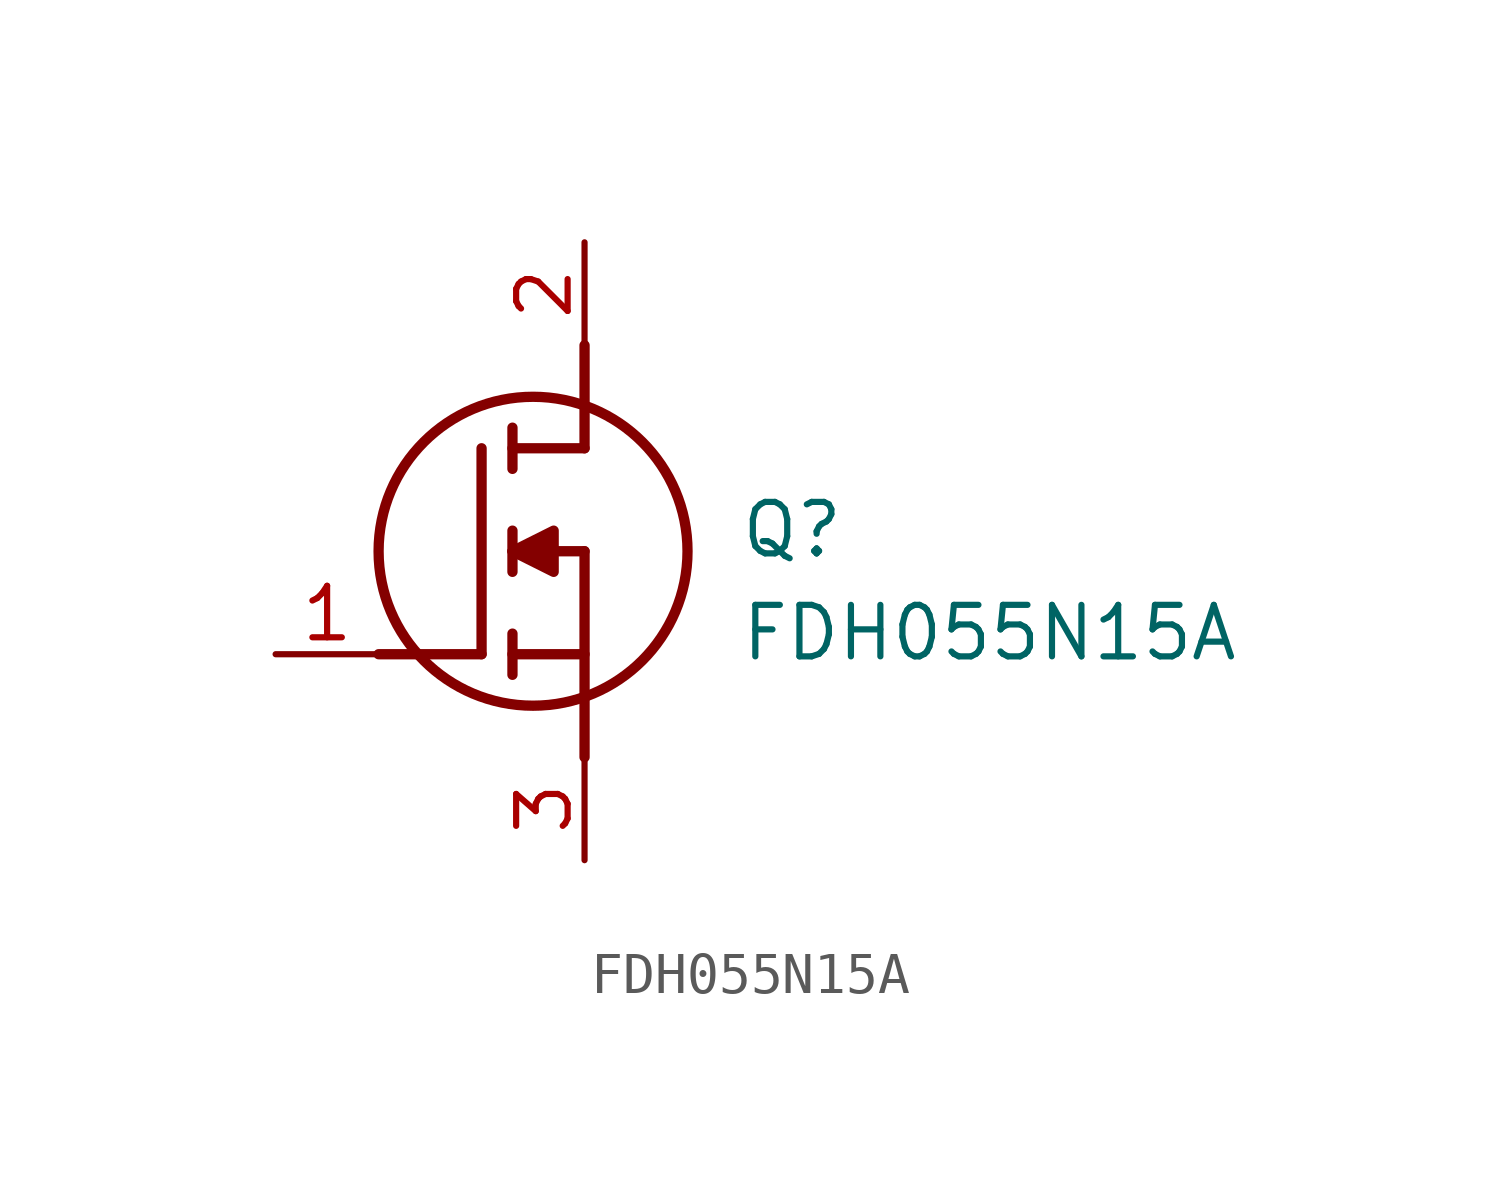
<source format=kicad_sym>
(kicad_symbol_lib
  (version 20211014)
  (generator SamacSys_ECAD_Model)
  (symbol "FDH055N15A"
    (pin_names hide)
    (property "Reference" "Q"
      (at 11.43 3.81 0)
      (effects (font (size 1.27 1.27)) (justify left top)))
    (property "Value" "FDH055N15A"
      (at 11.43 1.27 0)
      (effects (font (size 1.27 1.27)) (justify left top)))
    (polyline
      (pts (xy 7.62 2.54) (xy 7.62 -2.54))
      (stroke (width 0.254) (type default))
      (fill (type none)))
    (polyline
      (pts (xy 7.62 5.08) (xy 7.62 7.62))
      (stroke (width 0.254) (type default))
      (fill (type none)))
    (polyline
      (pts (xy 2.54 0) (xy 5.08 0))
      (stroke (width 0.254) (type default))
      (fill (type none)))
    (polyline
      (pts (xy 5.08 5.08) (xy 5.08 0))
      (stroke (width 0.254) (type default))
      (fill (type none)))
    (polyline
      (pts (xy 7.62 2.54) (xy 5.842 2.54))
      (stroke (width 0.254) (type default))
      (fill (type none)))
    (polyline
      (pts (xy 7.62 5.08) (xy 5.842 5.08))
      (stroke (width 0.254) (type default))
      (fill (type none)))
    (polyline
      (pts (xy 5.842 0) (xy 7.62 0))
      (stroke (width 0.254) (type default))
      (fill (type none)))
    (polyline
      (pts (xy 5.842 5.588) (xy 5.842 4.572))
      (stroke (width 0.254) (type default))
      (fill (type none)))
    (polyline
      (pts (xy 5.842 -0.508) (xy 5.842 0.508))
      (stroke (width 0.254) (type default))
      (fill (type none)))
    (polyline
      (pts (xy 5.842 2.032) (xy 5.842 3.048))
      (stroke (width 0.254) (type default))
      (fill (type none)))
    (circle
      (center 6.35 2.54)
      (radius 3.81)
      (stroke (width 0.254) (type default))
      (fill (type none)))
    (polyline
      (pts (xy 5.842 2.54) (xy 6.858 3.048) (xy 6.858 2.032) (xy 5.842 2.54))
      (stroke (width 0.254) (type default))
      (fill (type outline)))
    (pin passive line
      (at 0 0 0)
      (length 2.54)
      (name "G" (effects (font (size 1.27 1.27))))
      (number "1" (effects (font (size 1.27 1.27)))))
    (pin passive line
      (at 7.62 10.16 270)
      (length 2.54)
      (name "D" (effects (font (size 1.27 1.27))))
      (number "2" (effects (font (size 1.27 1.27)))))
    (pin passive line
      (at 7.62 -5.08 90)
      (length 2.54)
      (name "S" (effects (font (size 1.27 1.27))))
      (number "3" (effects (font (size 1.27 1.27)))))))
</source>
